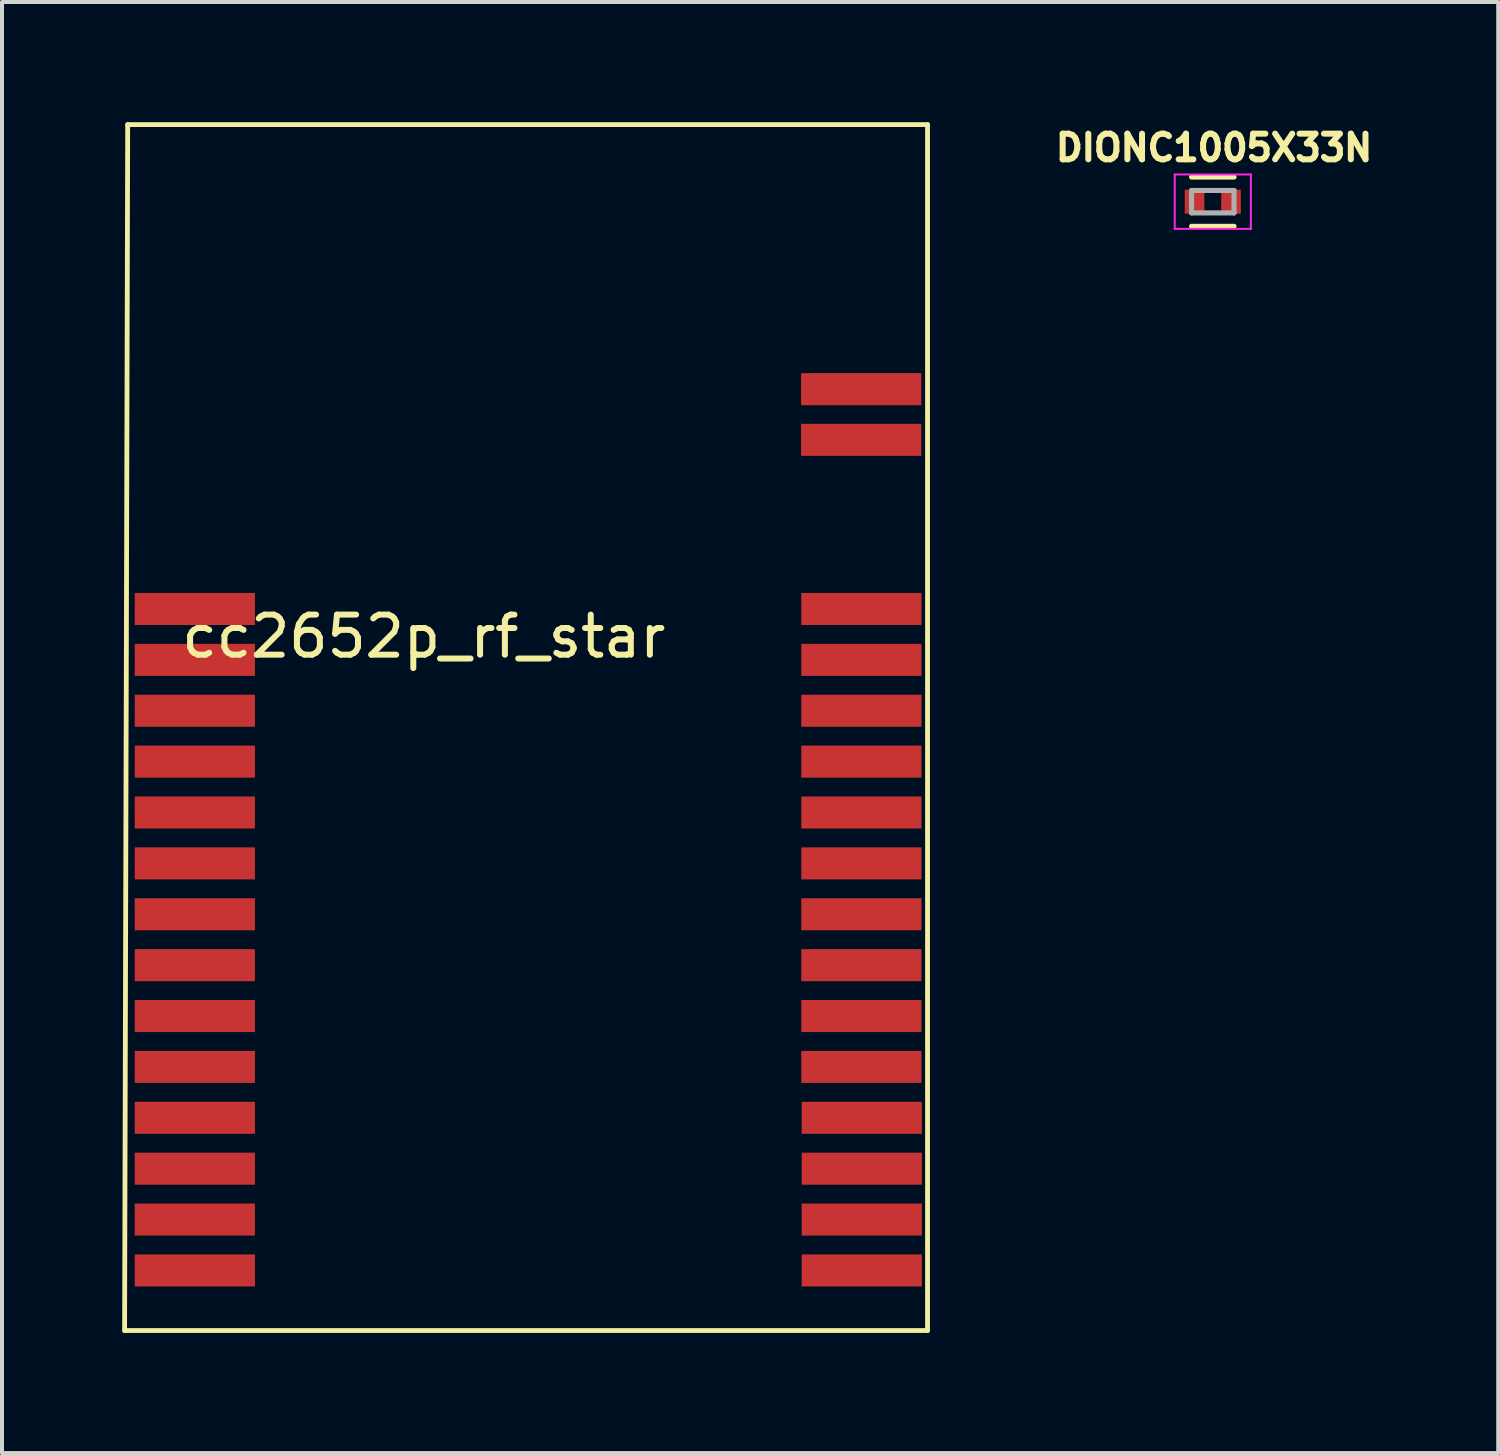
<source format=kicad_pcb>
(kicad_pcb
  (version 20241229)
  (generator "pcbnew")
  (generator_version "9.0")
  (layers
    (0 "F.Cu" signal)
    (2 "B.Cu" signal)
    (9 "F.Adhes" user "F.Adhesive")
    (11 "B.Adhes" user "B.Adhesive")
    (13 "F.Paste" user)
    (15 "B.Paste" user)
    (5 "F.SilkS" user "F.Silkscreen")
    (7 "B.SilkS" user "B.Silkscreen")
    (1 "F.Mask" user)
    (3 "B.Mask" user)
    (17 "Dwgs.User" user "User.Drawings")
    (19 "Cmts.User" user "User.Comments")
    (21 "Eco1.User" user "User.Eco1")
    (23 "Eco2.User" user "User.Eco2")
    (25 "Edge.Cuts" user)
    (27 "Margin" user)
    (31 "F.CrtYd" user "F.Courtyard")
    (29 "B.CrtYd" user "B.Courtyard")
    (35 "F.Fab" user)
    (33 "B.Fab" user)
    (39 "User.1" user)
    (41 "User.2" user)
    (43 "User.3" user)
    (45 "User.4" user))
  (footprint "DIONC1005X33N"
    (layer "F.Cu")
    (at 27.221 1.984)
    (property "Reference" "DIONC1005X33N" (at 0.032 -1.346 0) (layer "F.SilkS") (effects (font (size 0.64 0.64) (thickness 0.15))))
    (attr through_hole)
    (fp_line (start -0.53 -0.615) (end 0.53 -0.615) (stroke (width 0.127) (type solid)) (layer "F.SilkS"))
    (fp_line (start 0.53 0.615) (end -0.53 0.615) (stroke (width 0.127) (type solid)) (layer "F.SilkS"))
    (fp_line (start -0.95 -0.679) (end -0.95 0.679) (stroke (width 0.05) (type solid)) (layer "F.CrtYd"))
    (fp_line (start -0.95 0.679) (end 0.95 0.679) (stroke (width 0.05) (type solid)) (layer "F.CrtYd"))
    (fp_line (start 0.95 -0.679) (end -0.95 -0.679) (stroke (width 0.05) (type solid)) (layer "F.CrtYd"))
    (fp_line (start 0.95 0.679) (end 0.95 -0.679) (stroke (width 0.05) (type solid)) (layer "F.CrtYd"))
    (fp_line (start -0.53 -0.28) (end -0.53 0.28) (stroke (width 0.127) (type solid)) (layer "F.Fab"))
    (fp_line (start -0.53 0.28) (end 0.53 0.28) (stroke (width 0.127) (type solid)) (layer "F.Fab"))
    (fp_line (start 0.53 -0.28) (end -0.53 -0.28) (stroke (width 0.127) (type solid)) (layer "F.Fab"))
    (fp_line (start 0.53 0.28) (end 0.53 -0.28) (stroke (width 0.127) (type solid)) (layer "F.Fab"))
    (pad "1" smd rect (at -0.455 0) (size 0.49 0.6) (layers "F.Cu" "F.Mask" "F.Paste"))
    (pad "2" smd rect (at 0.455 0) (size 0.49 0.6) (layers "F.Cu" "F.Mask" "F.Paste")))
  (footprint "cc2652p_rf_star"
    (layer "F.Cu")
    (at 10.195 6.308)
    (property "Reference" "cc2652p_rf_star" (at -2.667 6.528 0) (unlocked yes) (layer "F.SilkS") (effects (font (size 1 1) (thickness 0.15))))
    (attr smd)
    (fp_line (start -10.135 23.851) (end -10.058 -6.248) (stroke (width 0.12) (type solid)) (layer "F.SilkS"))
    (fp_line (start -10.135 23.851) (end 9.906 23.851) (stroke (width 0.12) (type solid)) (layer "F.SilkS"))
    (fp_line (start -10.058 -6.248) (end 9.906 -6.248) (stroke (width 0.12) (type solid)) (layer "F.SilkS"))
    (fp_line (start 9.906 23.851) (end 9.906 -6.248) (stroke (width 0.12) (type solid)) (layer "F.SilkS"))
    (pad "1" smd rect (at -8.382 5.842 270) (size 0.8 3) (layers "F.Cu" "F.Mask" "F.Paste"))
    (pad "2" smd rect (at -8.382 7.112 270) (size 0.8 3) (layers "F.Cu" "F.Mask" "F.Paste"))
    (pad "3" smd rect (at -8.382 8.382 270) (size 0.8 3) (layers "F.Cu" "F.Mask" "F.Paste"))
    (pad "4" smd rect (at -8.382 9.652 270) (size 0.8 3) (layers "F.Cu" "F.Mask" "F.Paste"))
    (pad "5" smd rect (at -8.382 10.922 270) (size 0.8 3) (layers "F.Cu" "F.Mask" "F.Paste"))
    (pad "6" smd rect (at -8.382 12.192 270) (size 0.8 3) (layers "F.Cu" "F.Mask" "F.Paste"))
    (pad "7" smd rect (at -8.382 13.462 270) (size 0.8 3) (layers "F.Cu" "F.Mask" "F.Paste"))
    (pad "8" smd rect (at -8.382 14.732 270) (size 0.8 3) (layers "F.Cu" "F.Mask" "F.Paste"))
    (pad "9" smd rect (at -8.382 16.002 270) (size 0.8 3) (layers "F.Cu" "F.Mask" "F.Paste"))
    (pad "10" smd rect (at -8.382 17.272 270) (size 0.8 3) (layers "F.Cu" "F.Mask" "F.Paste"))
    (pad "11" smd rect (at -8.382 18.542 270) (size 0.8 3) (layers "F.Cu" "F.Mask" "F.Paste"))
    (pad "12" smd rect (at -8.382 19.812 270) (size 0.8 3) (layers "F.Cu" "F.Mask" "F.Paste"))
    (pad "13" smd rect (at -8.382 21.082 270) (size 0.8 3) (layers "F.Cu" "F.Mask" "F.Paste"))
    (pad "14" smd rect (at -8.382 22.352 270) (size 0.8 3) (layers "F.Cu" "F.Mask" "F.Paste"))
    (pad "15" smd rect (at 8.265 22.352 270) (size 0.8 3) (layers "F.Cu" "F.Mask" "F.Paste"))
    (pad "16" smd rect (at 8.265 21.082 270) (size 0.8 3) (layers "F.Cu" "F.Mask" "F.Paste"))
    (pad "17" smd rect (at 8.265 19.812 270) (size 0.8 3) (layers "F.Cu" "F.Mask" "F.Paste"))
    (pad "18" smd rect (at 8.265 18.542 270) (size 0.8 3) (layers "F.Cu" "F.Mask" "F.Paste"))
    (pad "19" smd rect (at 8.255 17.272 270) (size 0.8 3) (layers "F.Cu" "F.Mask" "F.Paste"))
    (pad "20" smd rect (at 8.255 16.002 270) (size 0.8 3) (layers "F.Cu" "F.Mask" "F.Paste"))
    (pad "21" smd rect (at 8.255 14.732 270) (size 0.8 3) (layers "F.Cu" "F.Mask" "F.Paste"))
    (pad "22" smd rect (at 8.255 13.462 270) (size 0.8 3) (layers "F.Cu" "F.Mask" "F.Paste"))
    (pad "23" smd rect (at 8.255 12.192 270) (size 0.8 3) (layers "F.Cu" "F.Mask" "F.Paste"))
    (pad "24" smd rect (at 8.255 10.922 270) (size 0.8 3) (layers "F.Cu" "F.Mask" "F.Paste"))
    (pad "25" smd rect (at 8.255 9.652 270) (size 0.8 3) (layers "F.Cu" "F.Mask" "F.Paste"))
    (pad "26" smd rect (at 8.255 8.382 270) (size 0.8 3) (layers "F.Cu" "F.Mask" "F.Paste"))
    (pad "27" smd rect (at 8.255 7.112 270) (size 0.8 3) (layers "F.Cu" "F.Mask" "F.Paste"))
    (pad "28" smd rect (at 8.255 5.842 270) (size 0.8 3) (layers "F.Cu" "F.Mask" "F.Paste"))
    (pad "29" smd rect (at 8.25 1.62 270) (size 0.8 3) (layers "F.Cu" "F.Mask" "F.Paste"))
    (pad "30" smd rect (at 8.25 0.356 270) (size 0.8 3) (layers "F.Cu" "F.Mask" "F.Paste")))
  (gr_rect
    (start -3 -3)
    (end 34.345 33.219)
    (stroke (width 0.1) (type default))
    (fill no)
    (layer "Edge.Cuts")))
</source>
